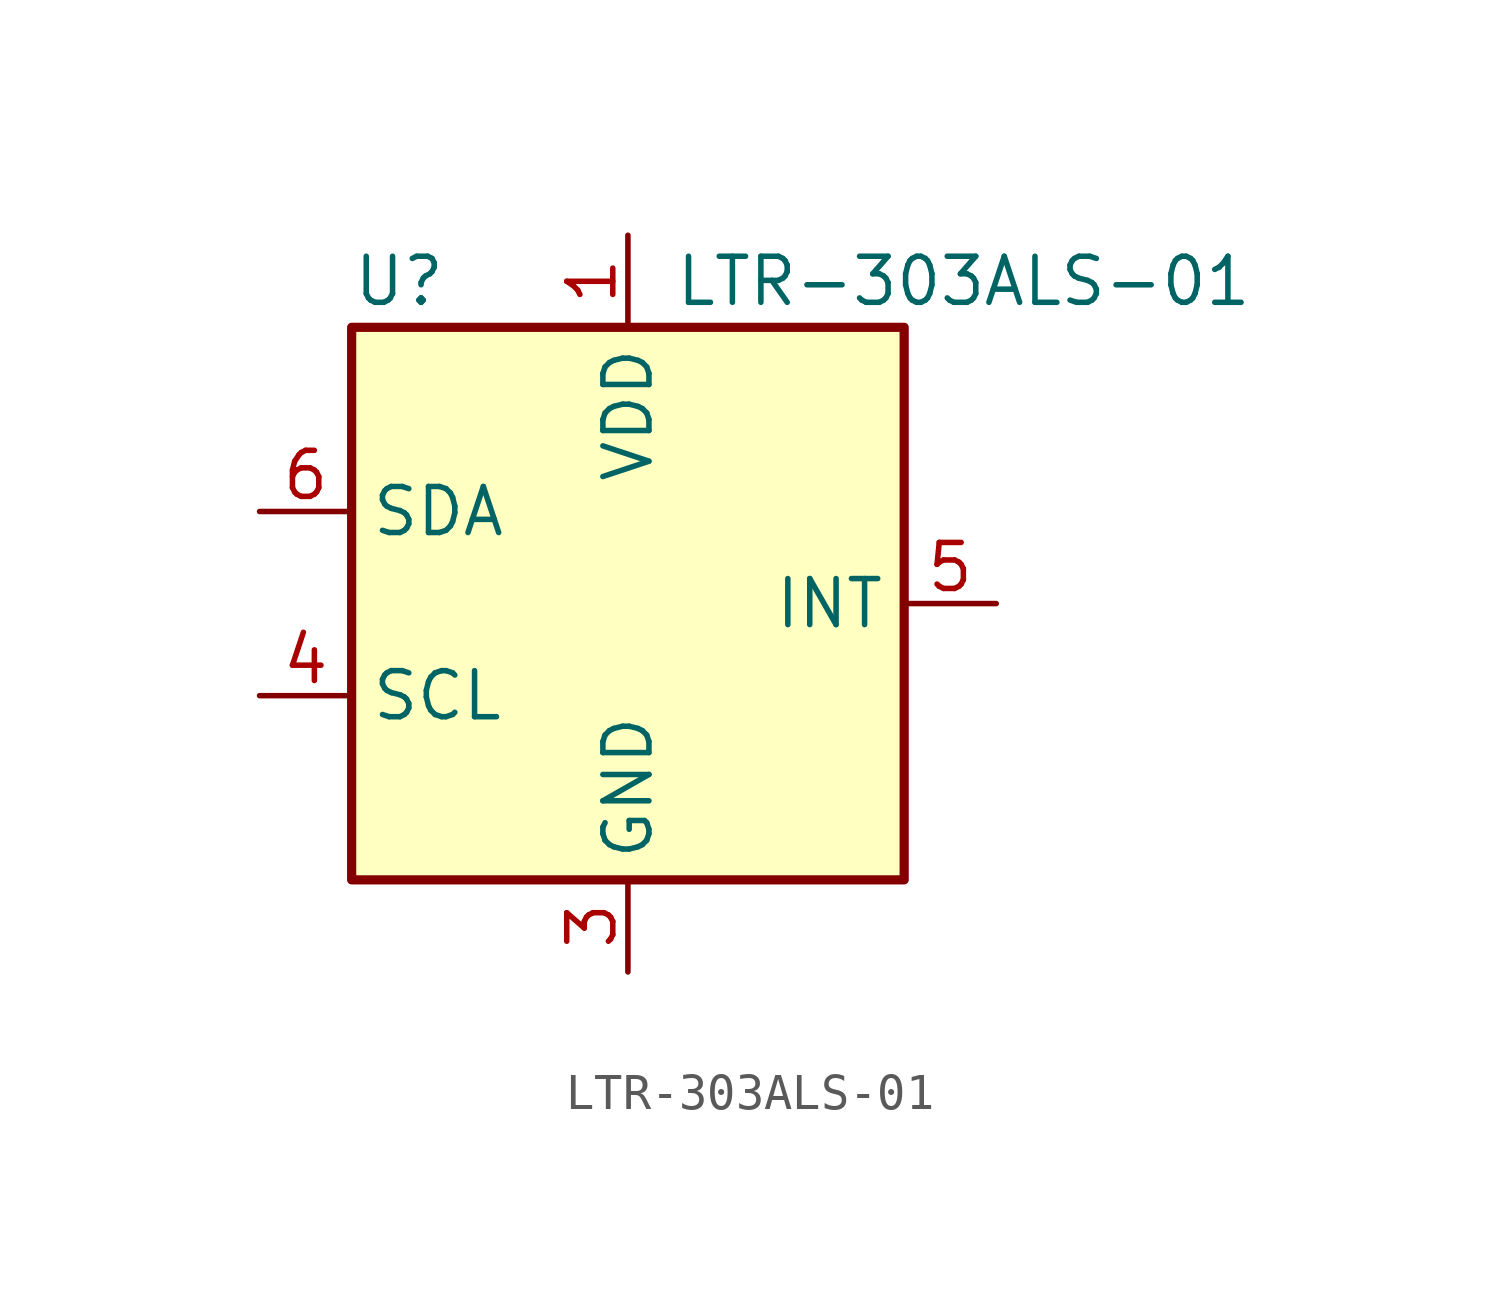
<source format=kicad_sym>
(kicad_symbol_lib
  (version 20241209)
  (generator "kicad_symbol_editor")
  (generator_version "9.0")
  (symbol "LTR-303ALS-01"
    (property "Reference" "U"
      (at -7.62 8.89 0)
      (effects (font (size 1.27 1.27)) (justify left)))
    (property "Value" "LTR-303ALS-01"
      (at 1.27 8.89 0)
      (effects (font (size 1.27 1.27)) (justify left)))
    (symbol "LTR-303ALS-01_0_1"
      (rectangle (start -7.62 7.62) (end 7.62 -7.62) (stroke (width 0.254) (type default)) (fill (type background))))
    (symbol "LTR-303ALS-01_1_1"
      (pin bidirectional line (at -10.16 2.54 0) (length 2.54) (name "SDA" (effects (font (size 1.27 1.27)))) (number "6" (effects (font (size 1.27 1.27)))))
      (pin input line (at -10.16 -2.54 0) (length 2.54) (name "SCL" (effects (font (size 1.27 1.27)))) (number "4" (effects (font (size 1.27 1.27)))))
      (pin power_in line (at 0 10.16 270) (length 2.54) (name "VDD" (effects (font (size 1.27 1.27)))) (number "1" (effects (font (size 1.27 1.27)))))
      (pin power_in line (at 0 -10.16 90) (length 2.54) (name "GND" (effects (font (size 1.27 1.27)))) (number "3" (effects (font (size 1.27 1.27)))))
      (pin no_connect line (at 7.62 -2.54 180) (length 2.54) (hide yes) (name "NC" (effects (font (size 1.27 1.27)))) (number "2" (effects (font (size 1.27 1.27)))))
      (pin open_collector line (at 10.16 0 180) (length 2.54) (name "INT" (effects (font (size 1.27 1.27)))) (number "5" (effects (font (size 1.27 1.27))))))))
</source>
